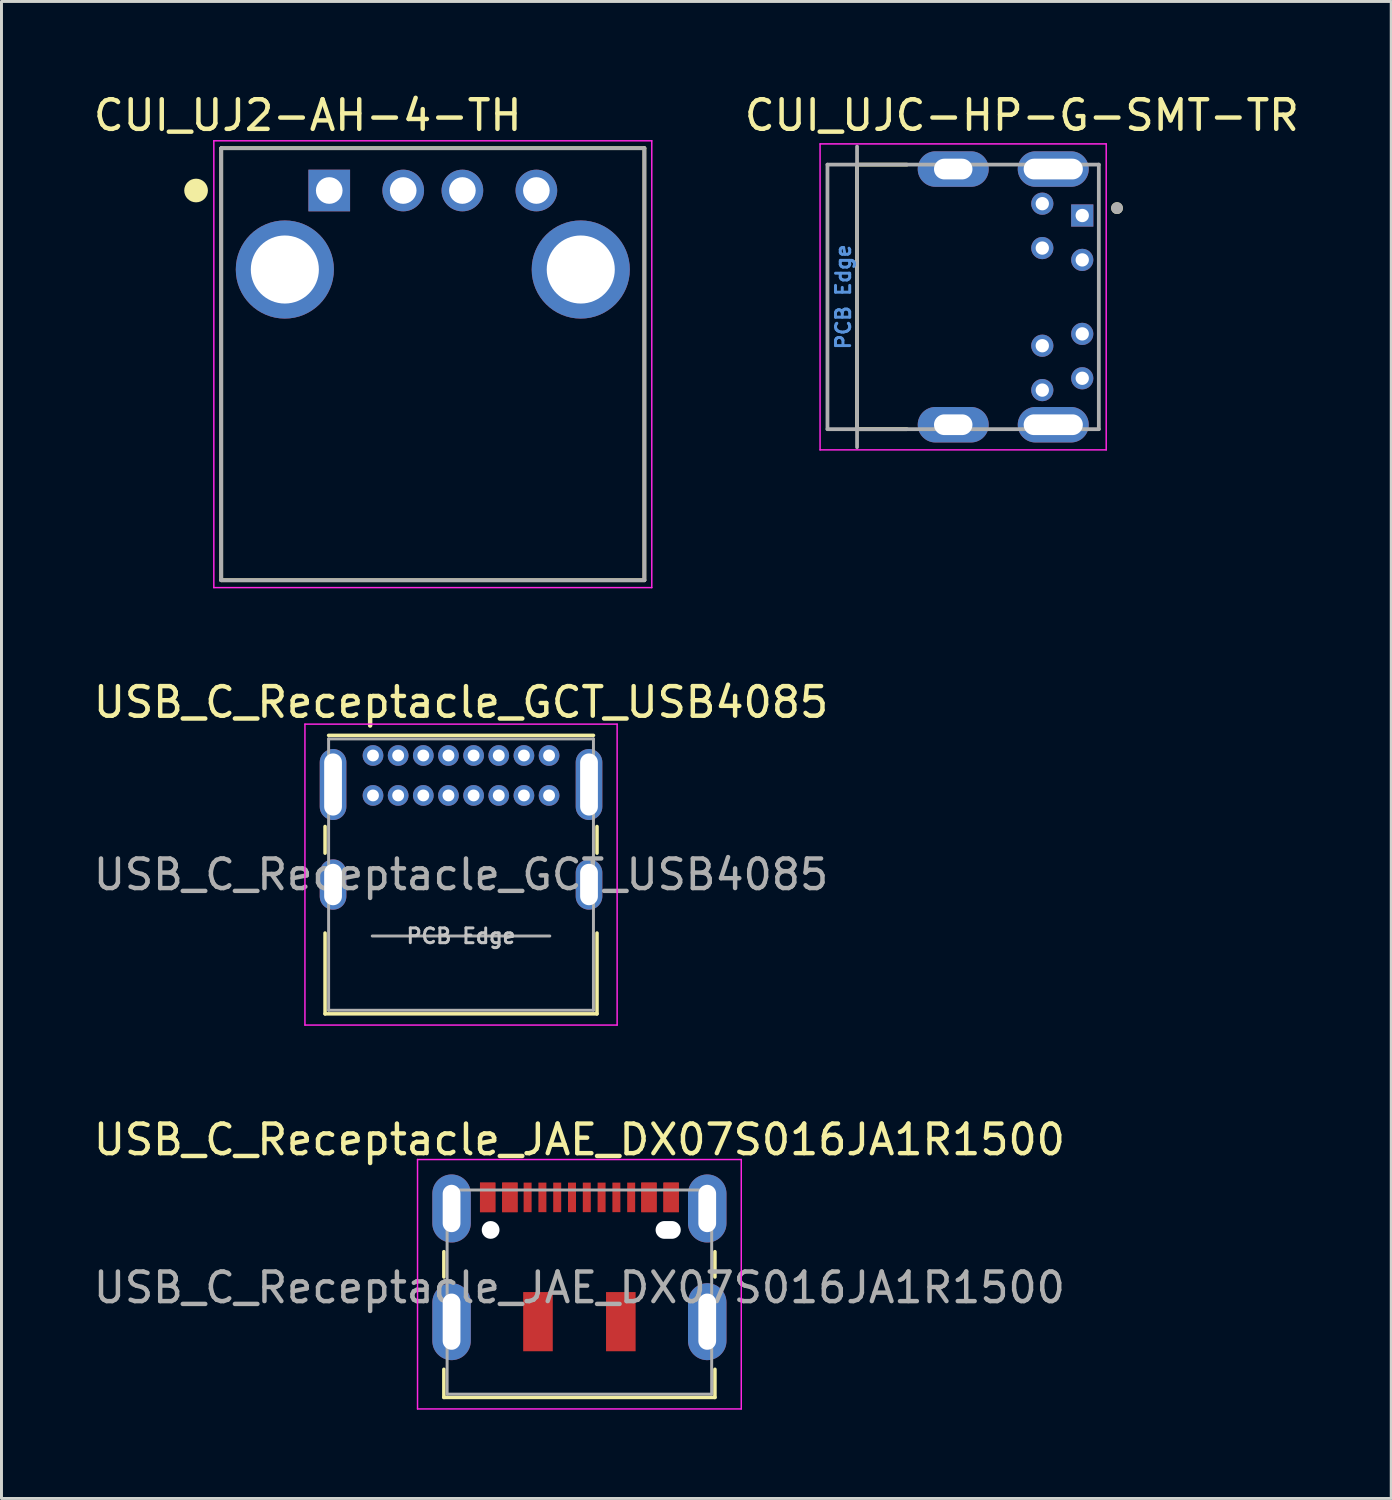
<source format=kicad_pcb>
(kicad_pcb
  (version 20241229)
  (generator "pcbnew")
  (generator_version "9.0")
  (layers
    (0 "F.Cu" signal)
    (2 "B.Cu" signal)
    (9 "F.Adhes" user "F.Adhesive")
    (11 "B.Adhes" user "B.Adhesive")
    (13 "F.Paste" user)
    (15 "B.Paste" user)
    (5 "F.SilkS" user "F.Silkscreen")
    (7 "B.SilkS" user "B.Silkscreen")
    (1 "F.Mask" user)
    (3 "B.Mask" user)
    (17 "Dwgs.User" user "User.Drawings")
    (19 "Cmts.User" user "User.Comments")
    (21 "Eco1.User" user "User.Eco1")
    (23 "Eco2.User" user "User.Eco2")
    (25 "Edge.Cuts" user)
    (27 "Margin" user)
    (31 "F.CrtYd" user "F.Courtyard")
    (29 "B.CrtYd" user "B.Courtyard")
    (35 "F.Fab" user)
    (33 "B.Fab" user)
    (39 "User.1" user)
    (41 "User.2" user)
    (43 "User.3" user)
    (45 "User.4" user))
  (footprint "CUI_UJC-HP-G-SMT-TR"
    (layer "F.Cu")
    (at 29.498 6.983)
    (property "Reference" "CUI_UJC-HP-G-SMT-TR" (at 1.985 -6.135 0) (layer "F.SilkS") (effects (font (size 1 1) (thickness 0.15))))
    (attr through_hole)
    (fp_line (start -3.585 -4.47) (end -3.585 4.47) (stroke (width 0.127) (type solid)) (layer "F.SilkS"))
    (fp_line (start -3.585 4.47) (end -1.9 4.47) (stroke (width 0.127) (type solid)) (layer "F.SilkS"))
    (fp_line (start -1.9 -4.47) (end -3.585 -4.47) (stroke (width 0.127) (type solid)) (layer "F.SilkS"))
    (fp_circle (center 5.2 -3) (end 5.3 -3) (stroke (width 0.2) (type solid)) (fill no) (layer "F.SilkS"))
    (fp_line (start -4.835 -5.17) (end -4.835 5.17) (stroke (width 0.05) (type solid)) (layer "F.CrtYd"))
    (fp_line (start -4.835 5.17) (end 4.835 5.17) (stroke (width 0.05) (type solid)) (layer "F.CrtYd"))
    (fp_line (start 4.835 -5.17) (end -4.835 -5.17) (stroke (width 0.05) (type solid)) (layer "F.CrtYd"))
    (fp_line (start 4.835 5.17) (end 4.835 -5.17) (stroke (width 0.05) (type solid)) (layer "F.CrtYd"))
    (fp_line (start -4.585 -4.47) (end -4.585 4.47) (stroke (width 0.127) (type solid)) (layer "F.Fab"))
    (fp_line (start -4.585 4.47) (end 4.585 4.47) (stroke (width 0.127) (type solid)) (layer "F.Fab"))
    (fp_line (start -3.585 -5.08) (end -3.585 5.08) (stroke (width 0.127) (type solid)) (layer "F.Fab"))
    (fp_line (start 4.585 -4.47) (end -4.585 -4.47) (stroke (width 0.127) (type solid)) (layer "F.Fab"))
    (fp_line (start 4.585 4.47) (end 4.585 -4.47) (stroke (width 0.127) (type solid)) (layer "F.Fab"))
    (fp_circle (center 5.2 -3) (end 5.3 -3) (stroke (width 0.2) (type solid)) (fill no) (layer "F.Fab"))
    (fp_text user "PCB Edge" (at -4.05 0 90) (layer "Cmts.User") (effects (font (size 0.48 0.48) (thickness 0.1) (bold yes))))
    (pad "A1" thru_hole rect (at 4.025 -2.75) (size 0.75 0.75) (drill 0.45) (layers "*.Cu" "*.Mask"))
    (pad "A4" thru_hole circle (at 4.025 -1.25) (size 0.75 0.75) (drill 0.45) (layers "*.Cu" "*.Mask"))
    (pad "A9" thru_hole circle (at 4.025 1.25) (size 0.75 0.75) (drill 0.45) (layers "*.Cu" "*.Mask"))
    (pad "A12" thru_hole circle (at 4.025 2.75) (size 0.75 0.75) (drill 0.45) (layers "*.Cu" "*.Mask"))
    (pad "B1" thru_hole circle (at 2.675 3.15) (size 0.75 0.75) (drill 0.45) (layers "*.Cu" "*.Mask"))
    (pad "B4" thru_hole circle (at 2.675 1.65) (size 0.75 0.75) (drill 0.45) (layers "*.Cu" "*.Mask"))
    (pad "B9" thru_hole circle (at 2.675 -1.65) (size 0.75 0.75) (drill 0.45) (layers "*.Cu" "*.Mask"))
    (pad "B12" thru_hole circle (at 2.675 -3.15) (size 0.75 0.75) (drill 0.45) (layers "*.Cu" "*.Mask"))
    (pad "S1" thru_hole oval (at 3.045 -4.32) (size 2.4 1.2) (drill oval 2 0.7) (layers "*.Cu" "*.Mask"))
    (pad "S2" thru_hole oval (at 3.045 4.32) (size 2.4 1.2) (drill oval 2 0.7) (layers "*.Cu" "*.Mask"))
    (pad "S3" thru_hole oval (at -0.335 -4.32) (size 2.4 1.2) (drill oval 1.3 0.7) (layers "*.Cu" "*.Mask"))
    (pad "S4" thru_hole oval (at -0.335 4.32) (size 2.4 1.2) (drill oval 1.3 0.7) (layers "*.Cu" "*.Mask")))
  (footprint "USB_C_Receptacle_GCT_USB4085"
    (layer "F.Cu")
    (at 9.555 22.481)
    (property "Reference" "USB_C_Receptacle_GCT_USB4085" (at 2.975 -1.8 0) (layer "F.SilkS") (effects (font (size 1 1) (thickness 0.15))))
    (attr through_hole)
    (fp_line (start -1.62 2.4) (end -1.62 3.3) (stroke (width 0.12) (type solid)) (layer "F.SilkS"))
    (fp_line (start -1.62 6) (end -1.62 8.73) (stroke (width 0.12) (type solid)) (layer "F.SilkS"))
    (fp_line (start -1.62 8.73) (end 7.57 8.73) (stroke (width 0.12) (type solid)) (layer "F.SilkS"))
    (fp_line (start -1.5 -0.68) (end 7.45 -0.68) (stroke (width 0.12) (type solid)) (layer "F.SilkS"))
    (fp_line (start 7.57 2.4) (end 7.57 3.3) (stroke (width 0.12) (type solid)) (layer "F.SilkS"))
    (fp_line (start 7.57 6) (end 7.57 8.73) (stroke (width 0.12) (type solid)) (layer "F.SilkS"))
    (fp_line (start -2.3 -1.06) (end -2.3 9.11) (stroke (width 0.05) (type solid)) (layer "F.CrtYd"))
    (fp_line (start -2.3 -1.06) (end 8.25 -1.06) (stroke (width 0.05) (type solid)) (layer "F.CrtYd"))
    (fp_line (start -2.3 9.11) (end 8.25 9.11) (stroke (width 0.05) (type solid)) (layer "F.CrtYd"))
    (fp_line (start 8.25 -1.06) (end 8.25 9.11) (stroke (width 0.05) (type solid)) (layer "F.CrtYd"))
    (fp_line (start -1.5 -0.56) (end -1.5 8.61) (stroke (width 0.1) (type solid)) (layer "F.Fab"))
    (fp_line (start -1.5 -0.56) (end 7.45 -0.56) (stroke (width 0.1) (type solid)) (layer "F.Fab"))
    (fp_line (start -1.5 8.61) (end 7.45 8.61) (stroke (width 0.1) (type solid)) (layer "F.Fab"))
    (fp_line (start -0.025 6.1) (end 5.975 6.1) (stroke (width 0.1) (type solid)) (layer "F.Fab"))
    (fp_line (start 7.45 -0.56) (end 7.45 8.61) (stroke (width 0.1) (type solid)) (layer "F.Fab"))
    (fp_text user "PCB Edge" (at 2.975 6.1 0) (layer "Dwgs.User") (effects (font (size 0.5 0.5) (thickness 0.1))))
    (fp_text user "${REFERENCE}" (at 2.975 4.025 0) (layer "F.Fab") (effects (font (size 1 1) (thickness 0.15))))
    (pad "A1" thru_hole circle (at 0 0) (size 0.7 0.7) (drill 0.4) (layers "*.Cu" "*.Mask"))
    (pad "A4" thru_hole circle (at 0.85 0) (size 0.7 0.7) (drill 0.4) (layers "*.Cu" "*.Mask"))
    (pad "A5" thru_hole circle (at 1.7 0) (size 0.7 0.7) (drill 0.4) (layers "*.Cu" "*.Mask"))
    (pad "A6" thru_hole circle (at 2.55 0) (size 0.7 0.7) (drill 0.4) (layers "*.Cu" "*.Mask"))
    (pad "A7" thru_hole circle (at 3.4 0) (size 0.7 0.7) (drill 0.4) (layers "*.Cu" "*.Mask"))
    (pad "A8" thru_hole circle (at 4.25 0) (size 0.7 0.7) (drill 0.4) (layers "*.Cu" "*.Mask"))
    (pad "A9" thru_hole circle (at 5.1 0) (size 0.7 0.7) (drill 0.4) (layers "*.Cu" "*.Mask"))
    (pad "A12" thru_hole circle (at 5.95 0) (size 0.7 0.7) (drill 0.4) (layers "*.Cu" "*.Mask"))
    (pad "B1" thru_hole circle (at 5.95 1.35) (size 0.7 0.7) (drill 0.4) (layers "*.Cu" "*.Mask"))
    (pad "B4" thru_hole circle (at 5.1 1.35) (size 0.7 0.7) (drill 0.4) (layers "*.Cu" "*.Mask"))
    (pad "B5" thru_hole circle (at 4.25 1.35) (size 0.7 0.7) (drill 0.4) (layers "*.Cu" "*.Mask"))
    (pad "B6" thru_hole circle (at 3.4 1.35) (size 0.7 0.7) (drill 0.4) (layers "*.Cu" "*.Mask"))
    (pad "B7" thru_hole circle (at 2.55 1.35) (size 0.7 0.7) (drill 0.4) (layers "*.Cu" "*.Mask"))
    (pad "B8" thru_hole circle (at 1.7 1.35) (size 0.7 0.7) (drill 0.4) (layers "*.Cu" "*.Mask"))
    (pad "B9" thru_hole circle (at 0.85 1.35) (size 0.7 0.7) (drill 0.4) (layers "*.Cu" "*.Mask"))
    (pad "B12" thru_hole circle (at 0 1.35) (size 0.7 0.7) (drill 0.4) (layers "*.Cu" "*.Mask"))
    (pad "S1" thru_hole oval (at -1.35 0.98) (size 0.9 2.4) (drill oval 0.6 2.1) (layers "*.Cu" "*.Mask"))
    (pad "S1" thru_hole oval (at -1.35 4.36) (size 0.9 1.7) (drill oval 0.6 1.4) (layers "*.Cu" "*.Mask"))
    (pad "S1" thru_hole oval (at 7.3 0.98) (size 0.9 2.4) (drill oval 0.6 2.1) (layers "*.Cu" "*.Mask"))
    (pad "S1" thru_hole oval (at 7.3 4.36) (size 0.9 1.7) (drill oval 0.6 1.4) (layers "*.Cu" "*.Mask")))
  (footprint "CUI_UJ2-AH-4-TH"
    (layer "F.Cu")
    (at 8.076 3.388)
    (property "Reference" "CUI_UJ2-AH-4-TH" (at -0.726 -2.539 0) (layer "F.SilkS") (effects (font (size 1.001 1.001) (thickness 0.15))))
    (attr through_hole)
    (fp_line (start -3.65 -1.43) (end 10.65 -1.43) (stroke (width 0.127) (type solid)) (layer "F.SilkS"))
    (fp_line (start -3.65 13.17) (end -3.65 -1.43) (stroke (width 0.127) (type solid)) (layer "F.SilkS"))
    (fp_line (start 10.65 -1.43) (end 10.65 13.17) (stroke (width 0.127) (type solid)) (layer "F.SilkS"))
    (fp_line (start 10.65 13.17) (end -3.65 13.17) (stroke (width 0.127) (type solid)) (layer "F.SilkS"))
    (fp_circle (center -4.5 0) (end -4.3 0) (stroke (width 0.4) (type solid)) (fill no) (layer "F.SilkS"))
    (fp_line (start -3.9 -1.68) (end 10.9 -1.68) (stroke (width 0.05) (type solid)) (layer "F.CrtYd"))
    (fp_line (start -3.9 13.42) (end -3.9 -1.68) (stroke (width 0.05) (type solid)) (layer "F.CrtYd"))
    (fp_line (start 10.9 -1.68) (end 10.9 13.42) (stroke (width 0.05) (type solid)) (layer "F.CrtYd"))
    (fp_line (start 10.9 13.42) (end -3.9 13.42) (stroke (width 0.05) (type solid)) (layer "F.CrtYd"))
    (fp_line (start -3.65 -1.43) (end 10.65 -1.43) (stroke (width 0.127) (type solid)) (layer "F.Fab"))
    (fp_line (start -3.65 13.17) (end -3.65 -1.43) (stroke (width 0.127) (type solid)) (layer "F.Fab"))
    (fp_line (start 10.65 -1.43) (end 10.65 13.17) (stroke (width 0.127) (type solid)) (layer "F.Fab"))
    (fp_line (start 10.65 13.17) (end -3.65 13.17) (stroke (width 0.127) (type solid)) (layer "F.Fab"))
    (fp_circle (center 0 0) (end 0.2 0) (stroke (width 0.4) (type solid)) (fill no) (layer "F.Fab"))
    (pad "1" thru_hole rect (at 0 0) (size 1.408 1.408) (drill 0.9) (layers "*.Cu" "*.Mask"))
    (pad "2" thru_hole circle (at 2.5 0) (size 1.408 1.408) (drill 0.9) (layers "*.Cu" "*.Mask"))
    (pad "3" thru_hole circle (at 4.5 0) (size 1.408 1.408) (drill 0.9) (layers "*.Cu" "*.Mask"))
    (pad "4" thru_hole circle (at 7 0) (size 1.408 1.408) (drill 0.9) (layers "*.Cu" "*.Mask"))
    (pad "5" thru_hole circle (at -1.5 2.67) (size 3.316 3.316) (drill 2.3) (layers "*.Cu" "*.Mask"))
    (pad "5" thru_hole circle (at 8.5 2.67) (size 3.316 3.316) (drill 2.3) (layers "*.Cu" "*.Mask")))
  (footprint "USB_C_Receptacle_JAE_DX07S016JA1R1500"
    (layer "F.Cu")
    (at 16.53 40.464)
    (property "Reference" "USB_C_Receptacle_JAE_DX07S016JA1R1500" (at 0 -5 0) (layer "F.SilkS") (effects (font (size 1 1) (thickness 0.15))))
    (attr through_hole)
    (fp_line (start -4.58 -1.215) (end -4.58 -0.36) (stroke (width 0.12) (type solid)) (layer "F.SilkS"))
    (fp_line (start -4.58 2.76) (end -4.58 3.71) (stroke (width 0.12) (type solid)) (layer "F.SilkS"))
    (fp_line (start -4.58 3.71) (end 4.58 3.71) (stroke (width 0.12) (type solid)) (layer "F.SilkS"))
    (fp_line (start 4.58 -1.215) (end 4.58 -0.36) (stroke (width 0.12) (type solid)) (layer "F.SilkS"))
    (fp_line (start 4.58 2.76) (end 4.58 3.71) (stroke (width 0.12) (type solid)) (layer "F.SilkS"))
    (fp_line (start -5.47 -4.33) (end -5.47 4.1) (stroke (width 0.05) (type solid)) (layer "F.CrtYd"))
    (fp_line (start -5.47 -4.33) (end 5.47 -4.33) (stroke (width 0.05) (type solid)) (layer "F.CrtYd"))
    (fp_line (start -5.47 4.1) (end 5.47 4.1) (stroke (width 0.05) (type solid)) (layer "F.CrtYd"))
    (fp_line (start 5.47 -4.33) (end 5.47 4.1) (stroke (width 0.05) (type solid)) (layer "F.CrtYd"))
    (fp_line (start -4.47 -3.3) (end -4.47 3.6) (stroke (width 0.1) (type solid)) (layer "F.Fab"))
    (fp_line (start -4.47 -3.3) (end 4.47 -3.3) (stroke (width 0.1) (type solid)) (layer "F.Fab"))
    (fp_line (start -4.47 3.6) (end 4.47 3.6) (stroke (width 0.1) (type solid)) (layer "F.Fab"))
    (fp_line (start 4.47 -3.3) (end 4.47 3.6) (stroke (width 0.1) (type solid)) (layer "F.Fab"))
    (fp_text user "${REFERENCE}" (at 0 0 0) (layer "F.Fab") (effects (font (size 1 1) (thickness 0.15))))
    (pad "" np_thru_hole circle (at -3 -1.95) (size 0.6 0.6) (drill 0.6) (layers "*.Cu" "*.Mask"))
    (pad "" smd rect (at -1.4 1.15) (size 1 2) (layers "F.Cu" "F.Mask" "F.Paste"))
    (pad "" smd rect (at 1.4 1.15) (size 1 2) (layers "F.Cu" "F.Mask" "F.Paste"))
    (pad "" np_thru_hole oval (at 3 -1.95) (size 0.85 0.6) (drill oval 0.85 0.6) (layers "*.Cu" "*.Mask"))
    (pad "A1" smd rect (at -3.1 -3.05) (size 0.52 1) (layers "F.Cu" "F.Mask" "F.Paste"))
    (pad "A4" smd rect (at -2.35 -3.05) (size 0.52 1) (layers "F.Cu" "F.Mask" "F.Paste"))
    (pad "A5" smd rect (at -1.75 -3.05) (size 0.27 1) (layers "F.Cu" "F.Mask" "F.Paste"))
    (pad "A6" smd rect (at -0.25 -3.05) (size 0.27 1) (layers "F.Cu" "F.Mask" "F.Paste"))
    (pad "A7" smd rect (at 0.75 -3.05) (size 0.27 1) (layers "F.Cu" "F.Mask" "F.Paste"))
    (pad "A8" smd rect (at 1.75 -3.05) (size 0.27 1) (layers "F.Cu" "F.Mask" "F.Paste"))
    (pad "A9" smd rect (at 2.35 -3.05) (size 0.52 1) (layers "F.Cu" "F.Mask" "F.Paste"))
    (pad "A12" smd rect (at 3.1 -3.05) (size 0.52 1) (layers "F.Cu" "F.Mask" "F.Paste"))
    (pad "B1" smd rect (at 3.1 -3.05) (size 0.52 1) (layers "F.Cu" "F.Mask" "F.Paste"))
    (pad "B4" smd rect (at 2.35 -3.05) (size 0.52 1) (layers "F.Cu" "F.Mask" "F.Paste"))
    (pad "B5" smd rect (at 1.25 -3.05) (size 0.27 1) (layers "F.Cu" "F.Mask" "F.Paste"))
    (pad "B6" smd rect (at 0.25 -3.05) (size 0.27 1) (layers "F.Cu" "F.Mask" "F.Paste"))
    (pad "B7" smd rect (at -0.75 -3.05) (size 0.27 1) (layers "F.Cu" "F.Mask" "F.Paste"))
    (pad "B8" smd rect (at -1.25 -3.05) (size 0.27 1) (layers "F.Cu" "F.Mask" "F.Paste"))
    (pad "B9" smd rect (at -2.35 -3.05) (size 0.52 1) (layers "F.Cu" "F.Mask" "F.Paste"))
    (pad "B12" smd rect (at -3.1 -3.05) (size 0.52 1) (layers "F.Cu" "F.Mask" "F.Paste"))
    (pad "S1" thru_hole oval (at -4.32 -2.675) (size 1.3 2.3) (drill oval 0.6 1.6) (layers "*.Cu" "*.Mask"))
    (pad "S1" thru_hole oval (at -4.32 1.15) (size 1.3 2.6) (drill oval 0.6 1.9) (layers "*.Cu" "*.Mask"))
    (pad "S1" thru_hole oval (at 4.32 -2.675) (size 1.3 2.3) (drill oval 0.6 1.6) (layers "*.Cu" "*.Mask"))
    (pad "S1" thru_hole oval (at 4.32 1.15) (size 1.3 2.6) (drill oval 0.6 1.9) (layers "*.Cu" "*.Mask")))
  (gr_rect
    (start -3 -3)
    (end 43.965 47.589)
    (stroke (width 0.1) (type default))
    (fill no)
    (layer "Edge.Cuts")))
</source>
